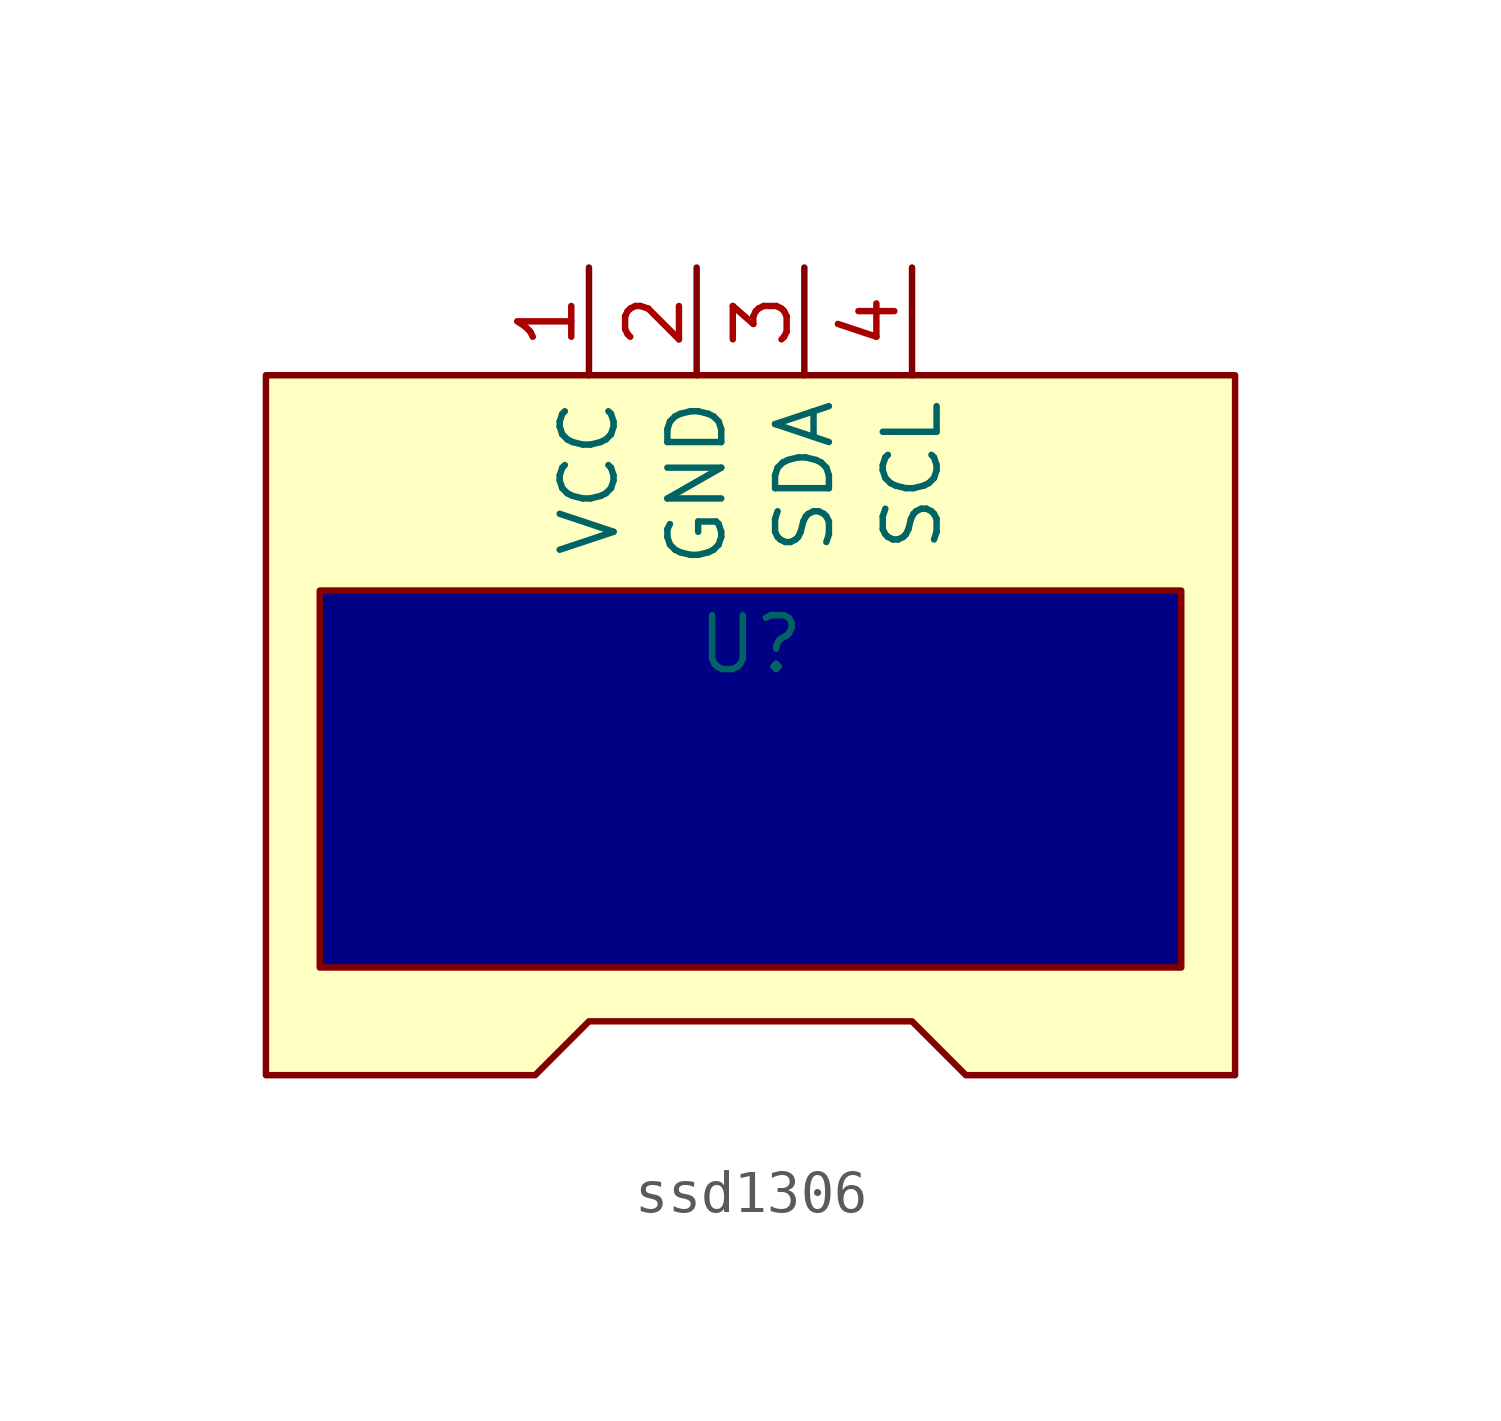
<source format=kicad_sym>
(kicad_symbol_lib
  (version 20231120)
  (generator "kicad_symbol_editor")
  (generator_version "8.0")
  (symbol "ssd1306"
    (property "Reference" "U"
      (at 0 0 0)
      (effects (font (size 1.27 1.27))))
    (property "Value" ""
      (at 0 0 0)
      (effects (font (size 1.27 1.27))))
    (symbol "ssd1306_0_0"
      (pin power_in line (at -3.81 8.89 270) (length 2.54) (name "VCC" (effects (font (size 1.27 1.27)))) (number "1" (effects (font (size 1.27 1.27)))))
      (pin passive line (at -1.27 8.89 270) (length 2.54) (name "GND" (effects (font (size 1.27 1.27)))) (number "2" (effects (font (size 1.27 1.27)))))
      (pin bidirectional line (at 1.27 8.89 270) (length 2.54) (name "SDA" (effects (font (size 1.27 1.27)))) (number "3" (effects (font (size 1.27 1.27)))))
      (pin input line (at 3.81 8.89 270) (length 2.54) (name "SCL" (effects (font (size 1.27 1.27)))) (number "4" (effects (font (size 1.27 1.27))))))
    (symbol "ssd1306_1_1"
      (rectangle (start -10.16 1.27) (end 10.16 -7.62) (stroke (width 0) (type default)) (fill (type color) (color 0 0 132 1)))
      (polyline (pts (xy -11.43 6.35) (xy 11.43 6.35) (xy 11.43 -10.16) (xy 5.08 -10.16) (xy 3.81 -8.89) (xy -3.81 -8.89) (xy -5.08 -10.16) (xy -11.43 -10.16) (xy -11.43 6.35)) (stroke (width 0) (type default)) (fill (type background))))))
</source>
